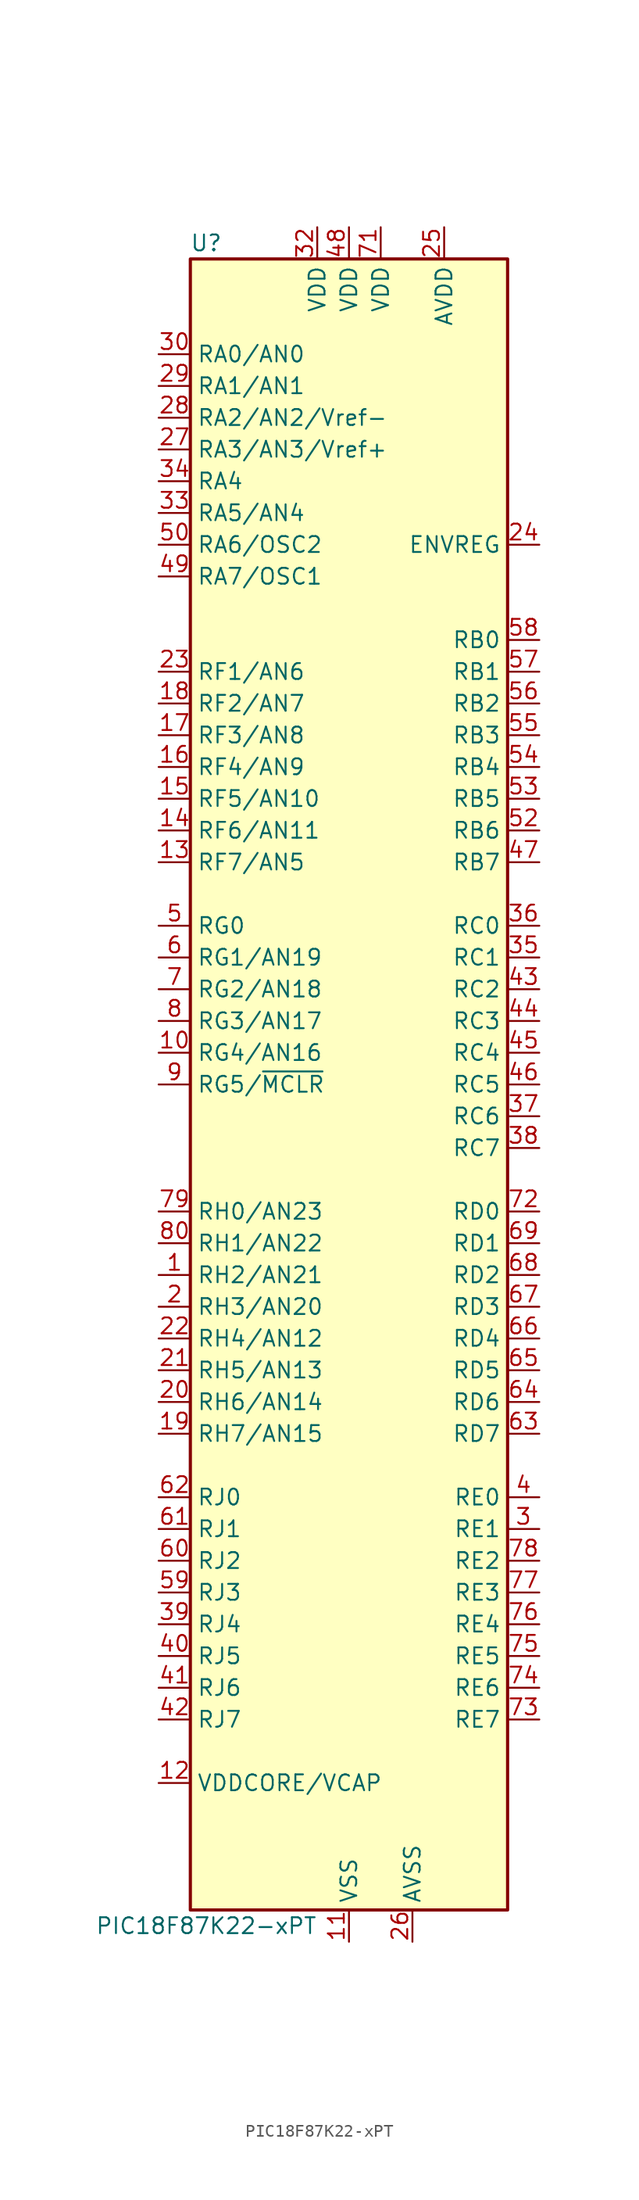
<source format=kicad_sym>
(kicad_symbol_lib
  (version 20201005)
  (generator kicad_symbol_editor)
  (symbol "PIC18F87K22-xPT"
    (property "Reference" "U"
      (at -11.43 67.31 0)
      (effects (font (size 1.27 1.27))))
    (property "Value" "PIC18F87K22-xPT"
      (at -11.43 -67.31 0)
      (effects (font (size 1.27 1.27))))
    (symbol "PIC18F87K22-xPT_0_1"
      (rectangle (start -12.7 66.04) (end 12.7 -66.04) (stroke (width 0.254)) (fill (type background))))
    (symbol "PIC18F87K22-xPT_1_1"
      (pin bidirectional line (at -15.24 -15.24 0) (length 2.54) (name "RH2/AN21" (effects (font (size 1.27 1.27)))) (number "1" (effects (font (size 1.27 1.27)))))
      (pin bidirectional line (at -15.24 2.54 0) (length 2.54) (name "RG4/AN16" (effects (font (size 1.27 1.27)))) (number "10" (effects (font (size 1.27 1.27)))))
      (pin power_in line (at 0 -68.58 90) (length 2.54) (name "VSS" (effects (font (size 1.27 1.27)))) (number "11" (effects (font (size 1.27 1.27)))))
      (pin passive line (at -15.24 -55.88 0) (length 2.54) (name "VDDCORE/VCAP" (effects (font (size 1.27 1.27)))) (number "12" (effects (font (size 1.27 1.27)))))
      (pin bidirectional line (at -15.24 17.78 0) (length 2.54) (name "RF7/AN5" (effects (font (size 1.27 1.27)))) (number "13" (effects (font (size 1.27 1.27)))))
      (pin bidirectional line (at -15.24 20.32 0) (length 2.54) (name "RF6/AN11" (effects (font (size 1.27 1.27)))) (number "14" (effects (font (size 1.27 1.27)))))
      (pin bidirectional line (at -15.24 22.86 0) (length 2.54) (name "RF5/AN10" (effects (font (size 1.27 1.27)))) (number "15" (effects (font (size 1.27 1.27)))))
      (pin bidirectional line (at -15.24 25.4 0) (length 2.54) (name "RF4/AN9" (effects (font (size 1.27 1.27)))) (number "16" (effects (font (size 1.27 1.27)))))
      (pin bidirectional line (at -15.24 27.94 0) (length 2.54) (name "RF3/AN8" (effects (font (size 1.27 1.27)))) (number "17" (effects (font (size 1.27 1.27)))))
      (pin bidirectional line (at -15.24 30.48 0) (length 2.54) (name "RF2/AN7" (effects (font (size 1.27 1.27)))) (number "18" (effects (font (size 1.27 1.27)))))
      (pin bidirectional line (at -15.24 -27.94 0) (length 2.54) (name "RH7/AN15" (effects (font (size 1.27 1.27)))) (number "19" (effects (font (size 1.27 1.27)))))
      (pin bidirectional line (at -15.24 -17.78 0) (length 2.54) (name "RH3/AN20" (effects (font (size 1.27 1.27)))) (number "2" (effects (font (size 1.27 1.27)))))
      (pin bidirectional line (at -15.24 -25.4 0) (length 2.54) (name "RH6/AN14" (effects (font (size 1.27 1.27)))) (number "20" (effects (font (size 1.27 1.27)))))
      (pin bidirectional line (at -15.24 -22.86 0) (length 2.54) (name "RH5/AN13" (effects (font (size 1.27 1.27)))) (number "21" (effects (font (size 1.27 1.27)))))
      (pin bidirectional line (at -15.24 -20.32 0) (length 2.54) (name "RH4/AN12" (effects (font (size 1.27 1.27)))) (number "22" (effects (font (size 1.27 1.27)))))
      (pin bidirectional line (at -15.24 33.02 0) (length 2.54) (name "RF1/AN6" (effects (font (size 1.27 1.27)))) (number "23" (effects (font (size 1.27 1.27)))))
      (pin input line (at 15.24 43.18 180) (length 2.54) (name "ENVREG" (effects (font (size 1.27 1.27)))) (number "24" (effects (font (size 1.27 1.27)))))
      (pin power_in line (at 7.62 68.58 270) (length 2.54) (name "AVDD" (effects (font (size 1.27 1.27)))) (number "25" (effects (font (size 1.27 1.27)))))
      (pin power_in line (at 5.08 -68.58 90) (length 2.54) (name "AVSS" (effects (font (size 1.27 1.27)))) (number "26" (effects (font (size 1.27 1.27)))))
      (pin bidirectional line (at -15.24 50.8 0) (length 2.54) (name "RA3/AN3/Vref+" (effects (font (size 1.27 1.27)))) (number "27" (effects (font (size 1.27 1.27)))))
      (pin bidirectional line (at -15.24 53.34 0) (length 2.54) (name "RA2/AN2/Vref-" (effects (font (size 1.27 1.27)))) (number "28" (effects (font (size 1.27 1.27)))))
      (pin bidirectional line (at -15.24 55.88 0) (length 2.54) (name "RA1/AN1" (effects (font (size 1.27 1.27)))) (number "29" (effects (font (size 1.27 1.27)))))
      (pin bidirectional line (at 15.24 -35.56 180) (length 2.54) (name "RE1" (effects (font (size 1.27 1.27)))) (number "3" (effects (font (size 1.27 1.27)))))
      (pin bidirectional line (at -15.24 58.42 0) (length 2.54) (name "RA0/AN0" (effects (font (size 1.27 1.27)))) (number "30" (effects (font (size 1.27 1.27)))))
      (pin passive line (at 0 -68.58 90) (length 2.54) hide (name "VSS" (effects (font (size 1.27 1.27)))) (number "31" (effects (font (size 1.27 1.27)))))
      (pin power_in line (at -2.54 68.58 270) (length 2.54) (name "VDD" (effects (font (size 1.27 1.27)))) (number "32" (effects (font (size 1.27 1.27)))))
      (pin bidirectional line (at -15.24 45.72 0) (length 2.54) (name "RA5/AN4" (effects (font (size 1.27 1.27)))) (number "33" (effects (font (size 1.27 1.27)))))
      (pin bidirectional line (at -15.24 48.26 0) (length 2.54) (name "RA4" (effects (font (size 1.27 1.27)))) (number "34" (effects (font (size 1.27 1.27)))))
      (pin bidirectional line (at 15.24 10.16 180) (length 2.54) (name "RC1" (effects (font (size 1.27 1.27)))) (number "35" (effects (font (size 1.27 1.27)))))
      (pin bidirectional line (at 15.24 12.7 180) (length 2.54) (name "RC0" (effects (font (size 1.27 1.27)))) (number "36" (effects (font (size 1.27 1.27)))))
      (pin bidirectional line (at 15.24 -2.54 180) (length 2.54) (name "RC6" (effects (font (size 1.27 1.27)))) (number "37" (effects (font (size 1.27 1.27)))))
      (pin bidirectional line (at 15.24 -5.08 180) (length 2.54) (name "RC7" (effects (font (size 1.27 1.27)))) (number "38" (effects (font (size 1.27 1.27)))))
      (pin bidirectional line (at -15.24 -43.18 0) (length 2.54) (name "RJ4" (effects (font (size 1.27 1.27)))) (number "39" (effects (font (size 1.27 1.27)))))
      (pin bidirectional line (at 15.24 -33.02 180) (length 2.54) (name "RE0" (effects (font (size 1.27 1.27)))) (number "4" (effects (font (size 1.27 1.27)))))
      (pin bidirectional line (at -15.24 -45.72 0) (length 2.54) (name "RJ5" (effects (font (size 1.27 1.27)))) (number "40" (effects (font (size 1.27 1.27)))))
      (pin bidirectional line (at -15.24 -48.26 0) (length 2.54) (name "RJ6" (effects (font (size 1.27 1.27)))) (number "41" (effects (font (size 1.27 1.27)))))
      (pin bidirectional line (at -15.24 -50.8 0) (length 2.54) (name "RJ7" (effects (font (size 1.27 1.27)))) (number "42" (effects (font (size 1.27 1.27)))))
      (pin bidirectional line (at 15.24 7.62 180) (length 2.54) (name "RC2" (effects (font (size 1.27 1.27)))) (number "43" (effects (font (size 1.27 1.27)))))
      (pin bidirectional line (at 15.24 5.08 180) (length 2.54) (name "RC3" (effects (font (size 1.27 1.27)))) (number "44" (effects (font (size 1.27 1.27)))))
      (pin bidirectional line (at 15.24 2.54 180) (length 2.54) (name "RC4" (effects (font (size 1.27 1.27)))) (number "45" (effects (font (size 1.27 1.27)))))
      (pin bidirectional line (at 15.24 0 180) (length 2.54) (name "RC5" (effects (font (size 1.27 1.27)))) (number "46" (effects (font (size 1.27 1.27)))))
      (pin bidirectional line (at 15.24 17.78 180) (length 2.54) (name "RB7" (effects (font (size 1.27 1.27)))) (number "47" (effects (font (size 1.27 1.27)))))
      (pin power_in line (at 0 68.58 270) (length 2.54) (name "VDD" (effects (font (size 1.27 1.27)))) (number "48" (effects (font (size 1.27 1.27)))))
      (pin bidirectional line (at -15.24 40.64 0) (length 2.54) (name "RA7/OSC1" (effects (font (size 1.27 1.27)))) (number "49" (effects (font (size 1.27 1.27)))))
      (pin bidirectional line (at -15.24 12.7 0) (length 2.54) (name "RG0" (effects (font (size 1.27 1.27)))) (number "5" (effects (font (size 1.27 1.27)))))
      (pin bidirectional line (at -15.24 43.18 0) (length 2.54) (name "RA6/OSC2" (effects (font (size 1.27 1.27)))) (number "50" (effects (font (size 1.27 1.27)))))
      (pin passive line (at 0 -68.58 90) (length 2.54) hide (name "VSS" (effects (font (size 1.27 1.27)))) (number "51" (effects (font (size 1.27 1.27)))))
      (pin bidirectional line (at 15.24 20.32 180) (length 2.54) (name "RB6" (effects (font (size 1.27 1.27)))) (number "52" (effects (font (size 1.27 1.27)))))
      (pin bidirectional line (at 15.24 22.86 180) (length 2.54) (name "RB5" (effects (font (size 1.27 1.27)))) (number "53" (effects (font (size 1.27 1.27)))))
      (pin bidirectional line (at 15.24 25.4 180) (length 2.54) (name "RB4" (effects (font (size 1.27 1.27)))) (number "54" (effects (font (size 1.27 1.27)))))
      (pin bidirectional line (at 15.24 27.94 180) (length 2.54) (name "RB3" (effects (font (size 1.27 1.27)))) (number "55" (effects (font (size 1.27 1.27)))))
      (pin bidirectional line (at 15.24 30.48 180) (length 2.54) (name "RB2" (effects (font (size 1.27 1.27)))) (number "56" (effects (font (size 1.27 1.27)))))
      (pin bidirectional line (at 15.24 33.02 180) (length 2.54) (name "RB1" (effects (font (size 1.27 1.27)))) (number "57" (effects (font (size 1.27 1.27)))))
      (pin bidirectional line (at 15.24 35.56 180) (length 2.54) (name "RB0" (effects (font (size 1.27 1.27)))) (number "58" (effects (font (size 1.27 1.27)))))
      (pin bidirectional line (at -15.24 -40.64 0) (length 2.54) (name "RJ3" (effects (font (size 1.27 1.27)))) (number "59" (effects (font (size 1.27 1.27)))))
      (pin bidirectional line (at -15.24 10.16 0) (length 2.54) (name "RG1/AN19" (effects (font (size 1.27 1.27)))) (number "6" (effects (font (size 1.27 1.27)))))
      (pin bidirectional line (at -15.24 -38.1 0) (length 2.54) (name "RJ2" (effects (font (size 1.27 1.27)))) (number "60" (effects (font (size 1.27 1.27)))))
      (pin bidirectional line (at -15.24 -35.56 0) (length 2.54) (name "RJ1" (effects (font (size 1.27 1.27)))) (number "61" (effects (font (size 1.27 1.27)))))
      (pin bidirectional line (at -15.24 -33.02 0) (length 2.54) (name "RJ0" (effects (font (size 1.27 1.27)))) (number "62" (effects (font (size 1.27 1.27)))))
      (pin bidirectional line (at 15.24 -27.94 180) (length 2.54) (name "RD7" (effects (font (size 1.27 1.27)))) (number "63" (effects (font (size 1.27 1.27)))))
      (pin bidirectional line (at 15.24 -25.4 180) (length 2.54) (name "RD6" (effects (font (size 1.27 1.27)))) (number "64" (effects (font (size 1.27 1.27)))))
      (pin bidirectional line (at 15.24 -22.86 180) (length 2.54) (name "RD5" (effects (font (size 1.27 1.27)))) (number "65" (effects (font (size 1.27 1.27)))))
      (pin bidirectional line (at 15.24 -20.32 180) (length 2.54) (name "RD4" (effects (font (size 1.27 1.27)))) (number "66" (effects (font (size 1.27 1.27)))))
      (pin bidirectional line (at 15.24 -17.78 180) (length 2.54) (name "RD3" (effects (font (size 1.27 1.27)))) (number "67" (effects (font (size 1.27 1.27)))))
      (pin bidirectional line (at 15.24 -15.24 180) (length 2.54) (name "RD2" (effects (font (size 1.27 1.27)))) (number "68" (effects (font (size 1.27 1.27)))))
      (pin bidirectional line (at 15.24 -12.7 180) (length 2.54) (name "RD1" (effects (font (size 1.27 1.27)))) (number "69" (effects (font (size 1.27 1.27)))))
      (pin bidirectional line (at -15.24 7.62 0) (length 2.54) (name "RG2/AN18" (effects (font (size 1.27 1.27)))) (number "7" (effects (font (size 1.27 1.27)))))
      (pin passive line (at 0 -68.58 90) (length 2.54) hide (name "VSS" (effects (font (size 1.27 1.27)))) (number "70" (effects (font (size 1.27 1.27)))))
      (pin power_in line (at 2.54 68.58 270) (length 2.54) (name "VDD" (effects (font (size 1.27 1.27)))) (number "71" (effects (font (size 1.27 1.27)))))
      (pin bidirectional line (at 15.24 -10.16 180) (length 2.54) (name "RD0" (effects (font (size 1.27 1.27)))) (number "72" (effects (font (size 1.27 1.27)))))
      (pin bidirectional line (at 15.24 -50.8 180) (length 2.54) (name "RE7" (effects (font (size 1.27 1.27)))) (number "73" (effects (font (size 1.27 1.27)))))
      (pin bidirectional line (at 15.24 -48.26 180) (length 2.54) (name "RE6" (effects (font (size 1.27 1.27)))) (number "74" (effects (font (size 1.27 1.27)))))
      (pin bidirectional line (at 15.24 -45.72 180) (length 2.54) (name "RE5" (effects (font (size 1.27 1.27)))) (number "75" (effects (font (size 1.27 1.27)))))
      (pin bidirectional line (at 15.24 -43.18 180) (length 2.54) (name "RE4" (effects (font (size 1.27 1.27)))) (number "76" (effects (font (size 1.27 1.27)))))
      (pin bidirectional line (at 15.24 -40.64 180) (length 2.54) (name "RE3" (effects (font (size 1.27 1.27)))) (number "77" (effects (font (size 1.27 1.27)))))
      (pin bidirectional line (at 15.24 -38.1 180) (length 2.54) (name "RE2" (effects (font (size 1.27 1.27)))) (number "78" (effects (font (size 1.27 1.27)))))
      (pin bidirectional line (at -15.24 -10.16 0) (length 2.54) (name "RH0/AN23" (effects (font (size 1.27 1.27)))) (number "79" (effects (font (size 1.27 1.27)))))
      (pin bidirectional line (at -15.24 5.08 0) (length 2.54) (name "RG3/AN17" (effects (font (size 1.27 1.27)))) (number "8" (effects (font (size 1.27 1.27)))))
      (pin bidirectional line (at -15.24 -12.7 0) (length 2.54) (name "RH1/AN22" (effects (font (size 1.27 1.27)))) (number "80" (effects (font (size 1.27 1.27)))))
      (pin bidirectional line (at -15.24 0 0) (length 2.54) (name "RG5/~MCLR~" (effects (font (size 1.27 1.27)))) (number "9" (effects (font (size 1.27 1.27))))))))
</source>
